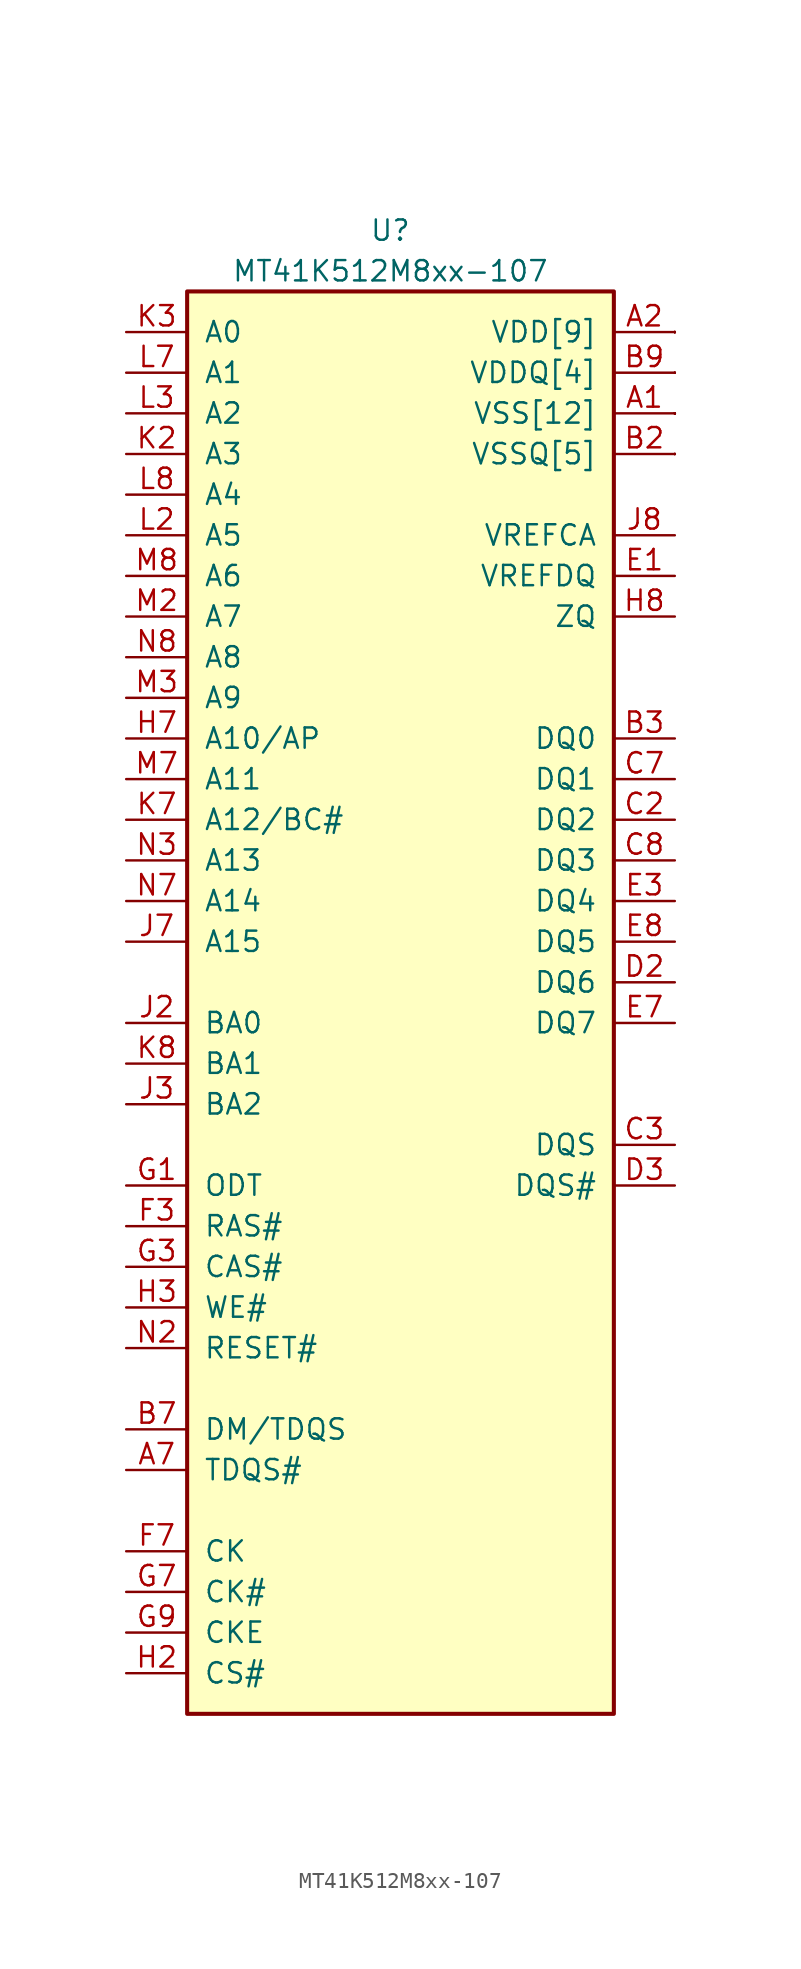
<source format=kicad_sym>
(kicad_symbol_lib
  (version 20231120)
  (generator "kicad_symbol_editor")
  (generator_version "8.0")
  (symbol "MT41K512M8xx-107"
    (pin_names
      (offset 1.016))
    (property "Reference" "U"
      (at 0 36.83 0)
      (effects (font (size 1.27 1.27))))
    (property "Value" "MT41K512M8xx-107"
      (at 0 34.29 0)
      (effects (font (size 1.27 1.27))))
    (symbol "MT41K512M8xx-107_0_1"
      (rectangle (start -12.7 33.02) (end 13.97 -55.88) (stroke (width 0.254) (type solid)) (fill (type background))))
    (symbol "MT41K512M8xx-107_1_1"
      (pin power_in line (at 17.78 25.4 180) (length 3.81) (name "VSS[12]" (effects (font (size 1.27 1.27)))) (number "A1" (effects (font (size 1.27 1.27)))))
      (pin power_in line (at 17.78 30.48 180) (length 3.81) (name "VDD[9]" (effects (font (size 1.27 1.27)))) (number "A2" (effects (font (size 1.27 1.27)))))
      (pin output line (at -16.51 -40.64 0) (length 3.81) (name "TDQS#" (effects (font (size 1.27 1.27)))) (number "A7" (effects (font (size 1.27 1.27)))))
      (pin power_in line (at 17.78 25.4 180) (length 0) (name "VSS" (effects (font (size 0 0)))) (number "A8" (effects (font (size 0 0)))))
      (pin power_in line (at 17.78 30.48 180) (length 0) (name "VDD" (effects (font (size 0 0)))) (number "A9" (effects (font (size 0 0)))))
      (pin power_in line (at 17.78 25.4 180) (length 0) (name "VSS" (effects (font (size 0 0)))) (number "B1" (effects (font (size 0 0)))))
      (pin power_in line (at 17.78 22.86 180) (length 3.81) (name "VSSQ[5]" (effects (font (size 1.27 1.27)))) (number "B2" (effects (font (size 1.27 1.27)))))
      (pin bidirectional line (at 17.78 5.08 180) (length 3.81) (name "DQ0" (effects (font (size 1.27 1.27)))) (number "B3" (effects (font (size 1.27 1.27)))))
      (pin bidirectional line (at -16.51 -38.1 0) (length 3.81) (name "DM/TDQS" (effects (font (size 1.27 1.27)))) (number "B7" (effects (font (size 1.27 1.27)))))
      (pin power_in line (at 17.78 22.86 180) (length 0) (name "VSSQ" (effects (font (size 0 0)))) (number "B8" (effects (font (size 0 0)))))
      (pin power_in line (at 17.78 27.94 180) (length 3.81) (name "VDDQ[4]" (effects (font (size 1.27 1.27)))) (number "B9" (effects (font (size 1.27 1.27)))))
      (pin power_in line (at 17.78 27.94 180) (length 0) (name "VDDQ" (effects (font (size 0 0)))) (number "C1" (effects (font (size 0 0)))))
      (pin bidirectional line (at 17.78 0 180) (length 3.81) (name "DQ2" (effects (font (size 1.27 1.27)))) (number "C2" (effects (font (size 1.27 1.27)))))
      (pin bidirectional line (at 17.78 -20.32 180) (length 3.81) (name "DQS" (effects (font (size 1.27 1.27)))) (number "C3" (effects (font (size 1.27 1.27)))))
      (pin bidirectional line (at 17.78 2.54 180) (length 3.81) (name "DQ1" (effects (font (size 1.27 1.27)))) (number "C7" (effects (font (size 1.27 1.27)))))
      (pin bidirectional line (at 17.78 -2.54 180) (length 3.81) (name "DQ3" (effects (font (size 1.27 1.27)))) (number "C8" (effects (font (size 1.27 1.27)))))
      (pin power_in line (at 17.78 22.86 180) (length 0) (name "VSSQ" (effects (font (size 0 0)))) (number "C9" (effects (font (size 0 0)))))
      (pin power_in line (at 17.78 22.86 180) (length 0) (name "VSSQ" (effects (font (size 0 0)))) (number "D1" (effects (font (size 0 0)))))
      (pin bidirectional line (at 17.78 -10.16 180) (length 3.81) (name "DQ6" (effects (font (size 1.27 1.27)))) (number "D2" (effects (font (size 1.27 1.27)))))
      (pin bidirectional line (at 17.78 -22.86 180) (length 3.81) (name "DQS#" (effects (font (size 1.27 1.27)))) (number "D3" (effects (font (size 1.27 1.27)))))
      (pin power_in line (at 17.78 30.48 180) (length 0) (name "VDD" (effects (font (size 0 0)))) (number "D7" (effects (font (size 0 0)))))
      (pin power_in line (at 17.78 25.4 180) (length 0) (name "VSS" (effects (font (size 0 0)))) (number "D8" (effects (font (size 0 0)))))
      (pin power_in line (at 17.78 22.86 180) (length 0) (name "VSSQ" (effects (font (size 0 0)))) (number "D9" (effects (font (size 0 0)))))
      (pin input line (at 17.78 15.24 180) (length 3.81) (name "VREFDQ" (effects (font (size 1.27 1.27)))) (number "E1" (effects (font (size 1.27 1.27)))))
      (pin power_in line (at 17.78 27.94 180) (length 0) (name "VDDQ" (effects (font (size 0 0)))) (number "E2" (effects (font (size 0 0)))))
      (pin bidirectional line (at 17.78 -5.08 180) (length 3.81) (name "DQ4" (effects (font (size 1.27 1.27)))) (number "E3" (effects (font (size 1.27 1.27)))))
      (pin bidirectional line (at 17.78 -12.7 180) (length 3.81) (name "DQ7" (effects (font (size 1.27 1.27)))) (number "E7" (effects (font (size 1.27 1.27)))))
      (pin bidirectional line (at 17.78 -7.62 180) (length 3.81) (name "DQ5" (effects (font (size 1.27 1.27)))) (number "E8" (effects (font (size 1.27 1.27)))))
      (pin power_in line (at 17.78 27.94 180) (length 0) (name "VDDQ" (effects (font (size 0 0)))) (number "E9" (effects (font (size 0 0)))))
      (pin power_in line (at 17.78 25.4 180) (length 0) (name "VSS" (effects (font (size 0 0)))) (number "F2" (effects (font (size 0 0)))))
      (pin input line (at -16.51 -25.4 0) (length 3.81) (name "RAS#" (effects (font (size 1.27 1.27)))) (number "F3" (effects (font (size 1.27 1.27)))))
      (pin input line (at -16.51 -45.72 0) (length 3.81) (name "CK" (effects (font (size 1.27 1.27)))) (number "F7" (effects (font (size 1.27 1.27)))))
      (pin power_in line (at 17.78 25.4 180) (length 0) (name "VSS" (effects (font (size 0 0)))) (number "F8" (effects (font (size 0 0)))))
      (pin input line (at -16.51 -22.86 0) (length 3.81) (name "ODT" (effects (font (size 1.27 1.27)))) (number "G1" (effects (font (size 1.27 1.27)))))
      (pin power_in line (at 17.78 30.48 180) (length 0) (name "VDD" (effects (font (size 0 0)))) (number "G2" (effects (font (size 0 0)))))
      (pin input line (at -16.51 -27.94 0) (length 3.81) (name "CAS#" (effects (font (size 1.27 1.27)))) (number "G3" (effects (font (size 1.27 1.27)))))
      (pin input line (at -16.51 -48.26 0) (length 3.81) (name "CK#" (effects (font (size 1.27 1.27)))) (number "G7" (effects (font (size 1.27 1.27)))))
      (pin power_in line (at 17.78 30.48 180) (length 0) (name "VDD" (effects (font (size 0 0)))) (number "G8" (effects (font (size 0 0)))))
      (pin input line (at -16.51 -50.8 0) (length 3.81) (name "CKE" (effects (font (size 1.27 1.27)))) (number "G9" (effects (font (size 1.27 1.27)))))
      (pin input line (at -16.51 -53.34 0) (length 3.81) (name "CS#" (effects (font (size 1.27 1.27)))) (number "H2" (effects (font (size 1.27 1.27)))))
      (pin input line (at -16.51 -30.48 0) (length 3.81) (name "WE#" (effects (font (size 1.27 1.27)))) (number "H3" (effects (font (size 1.27 1.27)))))
      (pin input line (at -16.51 5.08 0) (length 3.81) (name "A10/AP" (effects (font (size 1.27 1.27)))) (number "H7" (effects (font (size 1.27 1.27)))))
      (pin input line (at 17.78 12.7 180) (length 3.81) (name "ZQ" (effects (font (size 1.27 1.27)))) (number "H8" (effects (font (size 1.27 1.27)))))
      (pin power_in line (at 17.78 25.4 180) (length 0) (name "VSS" (effects (font (size 0 0)))) (number "J1" (effects (font (size 0 0)))))
      (pin input line (at -16.51 -12.7 0) (length 3.81) (name "BA0" (effects (font (size 1.27 1.27)))) (number "J2" (effects (font (size 1.27 1.27)))))
      (pin input line (at -16.51 -17.78 0) (length 3.81) (name "BA2" (effects (font (size 1.27 1.27)))) (number "J3" (effects (font (size 1.27 1.27)))))
      (pin input line (at -16.51 -7.62 0) (length 3.81) (name "A15" (effects (font (size 1.27 1.27)))) (number "J7" (effects (font (size 1.27 1.27)))))
      (pin input line (at 17.78 17.78 180) (length 3.81) (name "VREFCA" (effects (font (size 1.27 1.27)))) (number "J8" (effects (font (size 1.27 1.27)))))
      (pin power_in line (at 17.78 25.4 180) (length 0) (name "VSS" (effects (font (size 0 0)))) (number "J9" (effects (font (size 0 0)))))
      (pin power_in line (at 17.78 30.48 180) (length 0) (name "VDD" (effects (font (size 0 0)))) (number "K1" (effects (font (size 0 0)))))
      (pin input line (at -16.51 22.86 0) (length 3.81) (name "A3" (effects (font (size 1.27 1.27)))) (number "K2" (effects (font (size 1.27 1.27)))))
      (pin input line (at -16.51 30.48 0) (length 3.81) (name "A0" (effects (font (size 1.27 1.27)))) (number "K3" (effects (font (size 1.27 1.27)))))
      (pin input line (at -16.51 0 0) (length 3.81) (name "A12/BC#" (effects (font (size 1.27 1.27)))) (number "K7" (effects (font (size 1.27 1.27)))))
      (pin input line (at -16.51 -15.24 0) (length 3.81) (name "BA1" (effects (font (size 1.27 1.27)))) (number "K8" (effects (font (size 1.27 1.27)))))
      (pin power_in line (at 17.78 30.48 180) (length 0) (name "VDD" (effects (font (size 0 0)))) (number "K9" (effects (font (size 0 0)))))
      (pin power_in line (at 17.78 25.4 180) (length 0) (name "VSS" (effects (font (size 0 0)))) (number "L1" (effects (font (size 0 0)))))
      (pin input line (at -16.51 17.78 0) (length 3.81) (name "A5" (effects (font (size 1.27 1.27)))) (number "L2" (effects (font (size 1.27 1.27)))))
      (pin input line (at -16.51 25.4 0) (length 3.81) (name "A2" (effects (font (size 1.27 1.27)))) (number "L3" (effects (font (size 1.27 1.27)))))
      (pin input line (at -16.51 27.94 0) (length 3.81) (name "A1" (effects (font (size 1.27 1.27)))) (number "L7" (effects (font (size 1.27 1.27)))))
      (pin input line (at -16.51 20.32 0) (length 3.81) (name "A4" (effects (font (size 1.27 1.27)))) (number "L8" (effects (font (size 1.27 1.27)))))
      (pin power_in line (at 17.78 25.4 180) (length 0) (name "VSS" (effects (font (size 0 0)))) (number "L9" (effects (font (size 0 0)))))
      (pin power_in line (at 17.78 30.48 180) (length 0) (name "VDD" (effects (font (size 0 0)))) (number "M1" (effects (font (size 0 0)))))
      (pin input line (at -16.51 12.7 0) (length 3.81) (name "A7" (effects (font (size 1.27 1.27)))) (number "M2" (effects (font (size 1.27 1.27)))))
      (pin input line (at -16.51 7.62 0) (length 3.81) (name "A9" (effects (font (size 1.27 1.27)))) (number "M3" (effects (font (size 1.27 1.27)))))
      (pin input line (at -16.51 2.54 0) (length 3.81) (name "A11" (effects (font (size 1.27 1.27)))) (number "M7" (effects (font (size 1.27 1.27)))))
      (pin input line (at -16.51 15.24 0) (length 3.81) (name "A6" (effects (font (size 1.27 1.27)))) (number "M8" (effects (font (size 1.27 1.27)))))
      (pin power_in line (at 17.78 30.48 180) (length 0) (name "VDD" (effects (font (size 0 0)))) (number "M9" (effects (font (size 0 0)))))
      (pin power_in line (at 17.78 25.4 180) (length 0) (name "VSS" (effects (font (size 0 0)))) (number "N1" (effects (font (size 0 0)))))
      (pin input line (at -16.51 -33.02 0) (length 3.81) (name "RESET#" (effects (font (size 1.27 1.27)))) (number "N2" (effects (font (size 1.27 1.27)))))
      (pin input line (at -16.51 -2.54 0) (length 3.81) (name "A13" (effects (font (size 1.27 1.27)))) (number "N3" (effects (font (size 1.27 1.27)))))
      (pin input line (at -16.51 -5.08 0) (length 3.81) (name "A14" (effects (font (size 1.27 1.27)))) (number "N7" (effects (font (size 1.27 1.27)))))
      (pin input line (at -16.51 10.16 0) (length 3.81) (name "A8" (effects (font (size 1.27 1.27)))) (number "N8" (effects (font (size 1.27 1.27)))))
      (pin power_in line (at 17.78 25.4 180) (length 0) (name "VSS" (effects (font (size 0 0)))) (number "N9" (effects (font (size 0 0))))))))
</source>
